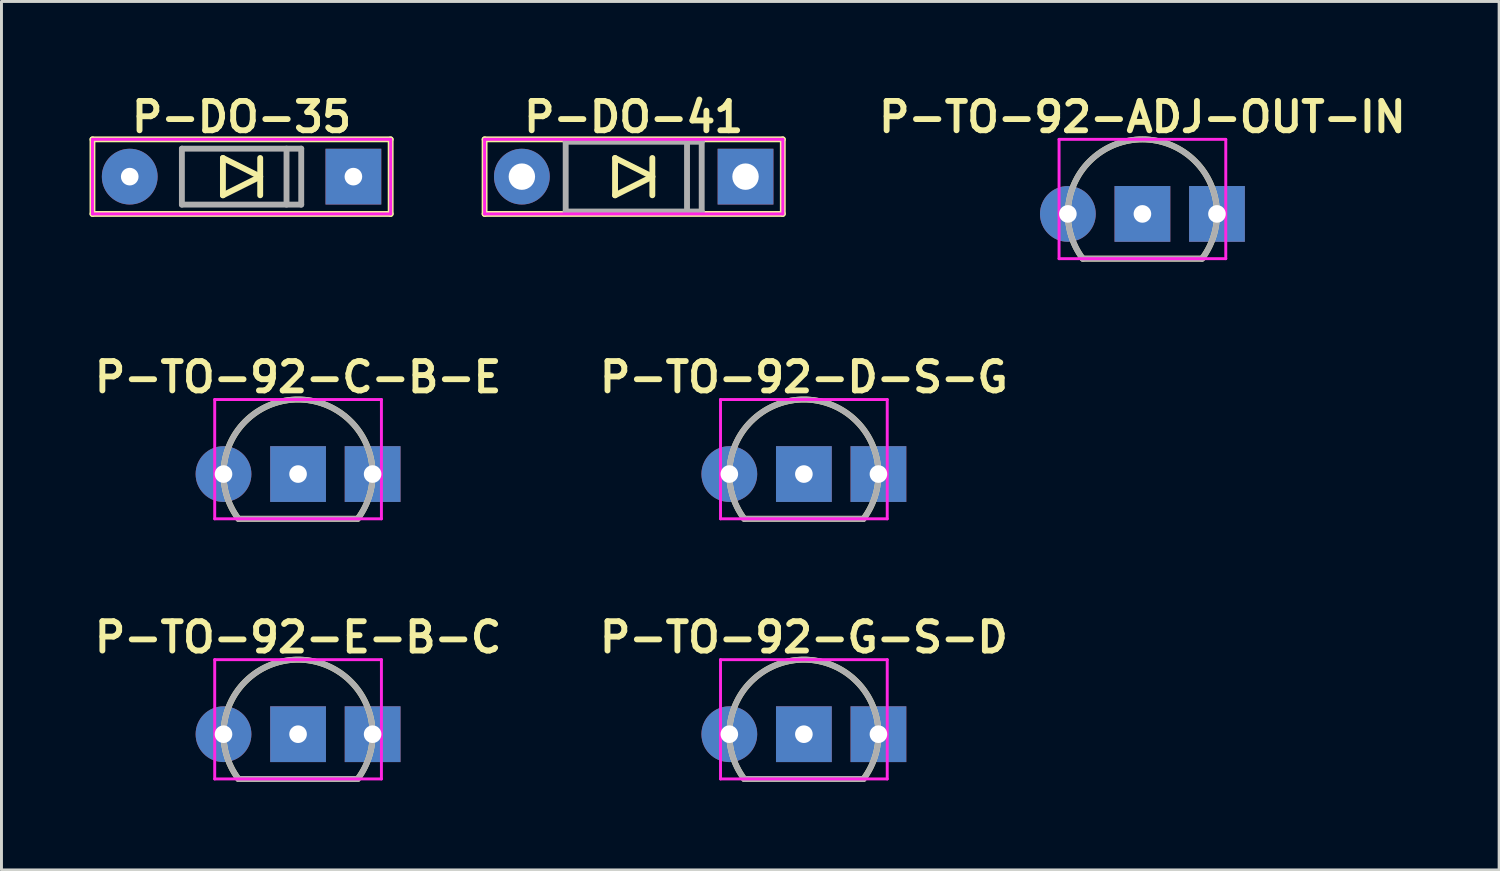
<source format=kicad_pcb>
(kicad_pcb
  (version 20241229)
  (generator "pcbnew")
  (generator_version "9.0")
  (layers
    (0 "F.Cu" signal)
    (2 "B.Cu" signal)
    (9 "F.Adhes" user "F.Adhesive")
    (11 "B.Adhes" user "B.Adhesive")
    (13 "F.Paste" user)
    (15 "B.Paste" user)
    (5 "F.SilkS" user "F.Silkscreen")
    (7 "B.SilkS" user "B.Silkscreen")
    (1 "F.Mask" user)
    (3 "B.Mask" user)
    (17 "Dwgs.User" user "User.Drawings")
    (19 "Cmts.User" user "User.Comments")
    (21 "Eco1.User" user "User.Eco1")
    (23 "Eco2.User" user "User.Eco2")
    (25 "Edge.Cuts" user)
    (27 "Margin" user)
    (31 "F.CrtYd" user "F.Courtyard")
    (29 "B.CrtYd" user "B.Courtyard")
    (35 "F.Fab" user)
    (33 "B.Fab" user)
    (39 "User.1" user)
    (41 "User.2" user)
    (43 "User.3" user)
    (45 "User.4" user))
  (footprint "P-TO-92-C-B-E"
    (layer "F.Cu")
    (at 7.105 13.101)
    (property "Reference" "P-TO-92-C-B-E" (at 0 -3.302 0) (layer "F.SilkS") (effects (font (size 1 1) (thickness 0.2))))
    (attr through_hole)
    (fp_line (start -2.031 1.525) (end 2.031 1.525) (stroke (width 0.2) (type solid)) (layer "F.SilkS"))
    (fp_arc (start -2.03125 1.525) (mid 0 -2.54) (end 2.03125 1.525) (stroke (width 0.2) (type solid)) (layer "F.SilkS"))
    (fp_line (start -2.84 -2.54) (end -2.84 1.525) (stroke (width 0.1) (type solid)) (layer "F.CrtYd"))
    (fp_line (start -2.84 -2.54) (end 2.84 -2.54) (stroke (width 0.1) (type solid)) (layer "F.CrtYd"))
    (fp_line (start -2.84 1.525) (end 2.84 1.525) (stroke (width 0.1) (type solid)) (layer "F.CrtYd"))
    (fp_line (start 2.84 -2.54) (end 2.84 1.525) (stroke (width 0.1) (type solid)) (layer "F.CrtYd"))
    (fp_line (start -2.031 1.525) (end 2.031 1.525) (stroke (width 0.2) (type solid)) (layer "F.Fab"))
    (fp_arc (start -2.03125 1.525) (mid 0.000084 -2.54) (end 2.031149 1.525135) (stroke (width 0.2) (type solid)) (layer "F.Fab"))
    (pad "B" thru_hole rect (at 0 0) (size 1.9 1.9) (drill 0.6) (layers "*.Cu" "*.Mask"))
    (pad "C" thru_hole circle (at -2.54 0) (size 1.9 1.9) (drill 0.6) (layers "*.Cu" "*.Mask"))
    (pad "E" thru_hole rect (at 2.54 0) (size 1.9 1.9) (drill 0.6) (layers "*.Cu" "*.Mask")))
  (footprint "P-TO-92-ADJ-OUT-IN"
    (layer "F.Cu")
    (at 35.872 4.238)
    (property "Reference" "P-TO-92-ADJ-OUT-IN" (at 0 -3.302 0) (layer "F.SilkS") (effects (font (size 1 1) (thickness 0.2))))
    (attr through_hole)
    (fp_line (start -2.031 1.525) (end 2.031 1.525) (stroke (width 0.2) (type solid)) (layer "F.SilkS"))
    (fp_arc (start -2.03125 1.525) (mid 0 -2.54) (end 2.03125 1.525) (stroke (width 0.2) (type solid)) (layer "F.SilkS"))
    (fp_line (start -2.84 -2.54) (end -2.84 1.525) (stroke (width 0.1) (type solid)) (layer "F.CrtYd"))
    (fp_line (start -2.84 -2.54) (end 2.84 -2.54) (stroke (width 0.1) (type solid)) (layer "F.CrtYd"))
    (fp_line (start -2.84 1.525) (end 2.84 1.525) (stroke (width 0.1) (type solid)) (layer "F.CrtYd"))
    (fp_line (start 2.84 -2.54) (end 2.84 1.525) (stroke (width 0.1) (type solid)) (layer "F.CrtYd"))
    (fp_line (start -2.031 1.525) (end 2.031 1.525) (stroke (width 0.2) (type solid)) (layer "F.Fab"))
    (fp_arc (start -2.03125 1.525) (mid 0.000084 -2.54) (end 2.031149 1.525135) (stroke (width 0.2) (type solid)) (layer "F.Fab"))
    (pad "ADJ" thru_hole circle (at -2.54 0) (size 1.9 1.9) (drill 0.6) (layers "*.Cu" "*.Mask"))
    (pad "IN" thru_hole rect (at 2.54 0) (size 1.9 1.9) (drill 0.6) (layers "*.Cu" "*.Mask"))
    (pad "OUT" thru_hole rect (at 0 0) (size 1.9 1.9) (drill 0.6) (layers "*.Cu" "*.Mask")))
  (footprint "P-DO-35"
    (layer "F.Cu")
    (at 5.18 2.968)
    (property "Reference" "P-DO-35" (at 0 -2.032 0) (layer "F.SilkS") (effects (font (size 1 1) (thickness 0.2))))
    (attr through_hole)
    (fp_line (start -5.08 -1.27) (end -5.08 1.27) (stroke (width 0.2) (type solid)) (layer "F.SilkS"))
    (fp_line (start -5.08 -1.27) (end 5.08 -1.27) (stroke (width 0.2) (type solid)) (layer "F.SilkS"))
    (fp_line (start -5.08 1.27) (end 5.08 1.27) (stroke (width 0.2) (type solid)) (layer "F.SilkS"))
    (fp_line (start -0.635 -0.635) (end -0.635 0.635) (stroke (width 0.2) (type solid)) (layer "F.SilkS"))
    (fp_line (start -0.635 -0.635) (end 0.635 0) (stroke (width 0.2) (type solid)) (layer "F.SilkS"))
    (fp_line (start -0.635 0.635) (end 0.635 0) (stroke (width 0.2) (type solid)) (layer "F.SilkS"))
    (fp_line (start 0.635 -0.635) (end 0.635 0.635) (stroke (width 0.2) (type solid)) (layer "F.SilkS"))
    (fp_line (start 5.08 -1.27) (end 5.08 1.27) (stroke (width 0.2) (type solid)) (layer "F.SilkS"))
    (fp_line (start -5.08 -1.27) (end 5.08 -1.27) (stroke (width 0.1) (type solid)) (layer "F.CrtYd"))
    (fp_line (start -5.08 1.27) (end -5.08 -1.27) (stroke (width 0.1) (type solid)) (layer "F.CrtYd"))
    (fp_line (start 5.08 -1.27) (end 5.08 1.27) (stroke (width 0.1) (type solid)) (layer "F.CrtYd"))
    (fp_line (start 5.08 1.27) (end -5.08 1.27) (stroke (width 0.1) (type solid)) (layer "F.CrtYd"))
    (fp_line (start -2.033 -0.953) (end -2.033 0.953) (stroke (width 0.2) (type solid)) (layer "F.Fab"))
    (fp_line (start -2.033 -0.953) (end 2.033 -0.953) (stroke (width 0.2) (type solid)) (layer "F.Fab"))
    (fp_line (start -2.033 0.953) (end 2.033 0.953) (stroke (width 0.2) (type solid)) (layer "F.Fab"))
    (fp_line (start 1.532 -0.953) (end 1.532 0.953) (stroke (width 0.2) (type solid)) (layer "F.Fab"))
    (fp_line (start 2.033 -0.953) (end 2.033 0.953) (stroke (width 0.2) (type solid)) (layer "F.Fab"))
    (pad "A" thru_hole circle (at -3.81 0) (size 1.9 1.9) (drill 0.6) (layers "*.Cu" "*.Mask"))
    (pad "C" thru_hole rect (at 3.81 0) (size 1.9 1.9) (drill 0.6) (layers "*.Cu" "*.Mask")))
  (footprint "P-TO-92-E-B-C"
    (layer "F.Cu")
    (at 7.105 21.964)
    (property "Reference" "P-TO-92-E-B-C" (at 0 -3.302 0) (layer "F.SilkS") (effects (font (size 1 1) (thickness 0.2))))
    (attr through_hole)
    (fp_line (start -2.031 1.525) (end 2.031 1.525) (stroke (width 0.2) (type solid)) (layer "F.SilkS"))
    (fp_arc (start -2.03125 1.525) (mid 0 -2.54) (end 2.03125 1.525) (stroke (width 0.2) (type solid)) (layer "F.SilkS"))
    (fp_line (start -2.84 -2.54) (end -2.84 1.525) (stroke (width 0.1) (type solid)) (layer "F.CrtYd"))
    (fp_line (start -2.84 -2.54) (end 2.84 -2.54) (stroke (width 0.1) (type solid)) (layer "F.CrtYd"))
    (fp_line (start -2.84 1.525) (end 2.84 1.525) (stroke (width 0.1) (type solid)) (layer "F.CrtYd"))
    (fp_line (start 2.84 -2.54) (end 2.84 1.525) (stroke (width 0.1) (type solid)) (layer "F.CrtYd"))
    (fp_line (start -2.031 1.525) (end 2.031 1.525) (stroke (width 0.2) (type solid)) (layer "F.Fab"))
    (fp_arc (start -2.03125 1.525) (mid 0.000084 -2.54) (end 2.031149 1.525135) (stroke (width 0.2) (type solid)) (layer "F.Fab"))
    (pad "B" thru_hole rect (at 0 0) (size 1.9 1.9) (drill 0.6) (layers "*.Cu" "*.Mask"))
    (pad "C" thru_hole rect (at 2.54 0) (size 1.9 1.9) (drill 0.6) (layers "*.Cu" "*.Mask"))
    (pad "E" thru_hole circle (at -2.54 0) (size 1.9 1.9) (drill 0.6) (layers "*.Cu" "*.Mask")))
  (footprint "P-TO-92-D-S-G"
    (layer "F.Cu")
    (at 24.338 13.101)
    (property "Reference" "P-TO-92-D-S-G" (at 0 -3.302 0) (layer "F.SilkS") (effects (font (size 1 1) (thickness 0.2))))
    (attr through_hole)
    (fp_line (start -2.031 1.525) (end 2.031 1.525) (stroke (width 0.2) (type solid)) (layer "F.SilkS"))
    (fp_arc (start -2.03125 1.525) (mid 0 -2.54) (end 2.03125 1.525) (stroke (width 0.2) (type solid)) (layer "F.SilkS"))
    (fp_line (start -2.84 -2.54) (end -2.84 1.525) (stroke (width 0.1) (type solid)) (layer "F.CrtYd"))
    (fp_line (start -2.84 -2.54) (end 2.84 -2.54) (stroke (width 0.1) (type solid)) (layer "F.CrtYd"))
    (fp_line (start -2.84 1.525) (end 2.84 1.525) (stroke (width 0.1) (type solid)) (layer "F.CrtYd"))
    (fp_line (start 2.84 -2.54) (end 2.84 1.525) (stroke (width 0.1) (type solid)) (layer "F.CrtYd"))
    (fp_line (start -2.031 1.525) (end 2.031 1.525) (stroke (width 0.2) (type solid)) (layer "F.Fab"))
    (fp_arc (start -2.03125 1.525) (mid 0.000084 -2.54) (end 2.031149 1.525135) (stroke (width 0.2) (type solid)) (layer "F.Fab"))
    (pad "D" thru_hole circle (at -2.54 0) (size 1.9 1.9) (drill 0.6) (layers "*.Cu" "*.Mask"))
    (pad "G" thru_hole rect (at 2.54 0) (size 1.9 1.9) (drill 0.6) (layers "*.Cu" "*.Mask"))
    (pad "S" thru_hole rect (at 0 0) (size 1.9 1.9) (drill 0.6) (layers "*.Cu" "*.Mask")))
  (footprint "P-TO-92-G-S-D"
    (layer "F.Cu")
    (at 24.338 21.964)
    (property "Reference" "P-TO-92-G-S-D" (at 0 -3.302 0) (layer "F.SilkS") (effects (font (size 1 1) (thickness 0.2))))
    (attr through_hole)
    (fp_line (start -2.031 1.525) (end 2.031 1.525) (stroke (width 0.2) (type solid)) (layer "F.SilkS"))
    (fp_arc (start -2.03125 1.525) (mid 0 -2.54) (end 2.03125 1.525) (stroke (width 0.2) (type solid)) (layer "F.SilkS"))
    (fp_line (start -2.84 -2.54) (end -2.84 1.525) (stroke (width 0.1) (type solid)) (layer "F.CrtYd"))
    (fp_line (start -2.84 -2.54) (end 2.84 -2.54) (stroke (width 0.1) (type solid)) (layer "F.CrtYd"))
    (fp_line (start -2.84 1.525) (end 2.84 1.525) (stroke (width 0.1) (type solid)) (layer "F.CrtYd"))
    (fp_line (start 2.84 -2.54) (end 2.84 1.525) (stroke (width 0.1) (type solid)) (layer "F.CrtYd"))
    (fp_line (start -2.031 1.525) (end 2.031 1.525) (stroke (width 0.2) (type solid)) (layer "F.Fab"))
    (fp_arc (start -2.03125 1.525) (mid 0.000084 -2.54) (end 2.031149 1.525135) (stroke (width 0.2) (type solid)) (layer "F.Fab"))
    (pad "D" thru_hole rect (at 2.54 0) (size 1.9 1.9) (drill 0.6) (layers "*.Cu" "*.Mask"))
    (pad "G" thru_hole circle (at -2.54 0) (size 1.9 1.9) (drill 0.6) (layers "*.Cu" "*.Mask"))
    (pad "S" thru_hole rect (at 0 0) (size 1.9 1.9) (drill 0.6) (layers "*.Cu" "*.Mask")))
  (footprint "P-DO-41"
    (layer "F.Cu")
    (at 18.54 2.968)
    (property "Reference" "P-DO-41" (at 0 -2.032 0) (layer "F.SilkS") (effects (font (size 1 1) (thickness 0.2))))
    (attr through_hole)
    (fp_line (start -5.08 -1.27) (end -5.08 1.27) (stroke (width 0.2) (type solid)) (layer "F.SilkS"))
    (fp_line (start -5.08 -1.27) (end 5.08 -1.27) (stroke (width 0.2) (type solid)) (layer "F.SilkS"))
    (fp_line (start -5.08 1.27) (end 5.08 1.27) (stroke (width 0.2) (type solid)) (layer "F.SilkS"))
    (fp_line (start -0.635 -0.635) (end -0.635 0.635) (stroke (width 0.2) (type solid)) (layer "F.SilkS"))
    (fp_line (start -0.635 -0.635) (end 0.635 0) (stroke (width 0.2) (type solid)) (layer "F.SilkS"))
    (fp_line (start -0.635 0.635) (end 0.635 0) (stroke (width 0.2) (type solid)) (layer "F.SilkS"))
    (fp_line (start 0.635 -0.635) (end 0.635 0.635) (stroke (width 0.2) (type solid)) (layer "F.SilkS"))
    (fp_line (start 5.08 -1.27) (end 5.08 1.27) (stroke (width 0.2) (type solid)) (layer "F.SilkS"))
    (fp_line (start -5.08 -1.27) (end 5.08 -1.27) (stroke (width 0.1) (type solid)) (layer "F.CrtYd"))
    (fp_line (start -5.08 1.27) (end -5.08 -1.27) (stroke (width 0.1) (type solid)) (layer "F.CrtYd"))
    (fp_line (start 5.08 -1.27) (end 5.08 1.27) (stroke (width 0.1) (type solid)) (layer "F.CrtYd"))
    (fp_line (start 5.08 1.27) (end -5.08 1.27) (stroke (width 0.1) (type solid)) (layer "F.CrtYd"))
    (fp_line (start -2.317 -1.188) (end -2.317 1.188) (stroke (width 0.2) (type solid)) (layer "F.Fab"))
    (fp_line (start -2.317 -1.188) (end 2.317 -1.188) (stroke (width 0.2) (type solid)) (layer "F.Fab"))
    (fp_line (start -2.317 1.188) (end 2.317 1.188) (stroke (width 0.2) (type solid)) (layer "F.Fab"))
    (fp_line (start 1.817 -1.188) (end 1.817 1.188) (stroke (width 0.2) (type solid)) (layer "F.Fab"))
    (fp_line (start 2.317 -1.188) (end 2.317 1.188) (stroke (width 0.2) (type solid)) (layer "F.Fab"))
    (pad "A" thru_hole circle (at -3.81 0) (size 1.9 1.9) (drill 0.9) (layers "*.Cu" "*.Mask"))
    (pad "C" thru_hole rect (at 3.81 0) (size 1.9 1.9) (drill 0.9) (layers "*.Cu" "*.Mask")))
  (gr_rect
    (start -3 -3)
    (end 48.025 26.589)
    (stroke (width 0.1) (type default))
    (fill no)
    (layer "Edge.Cuts")))
</source>
